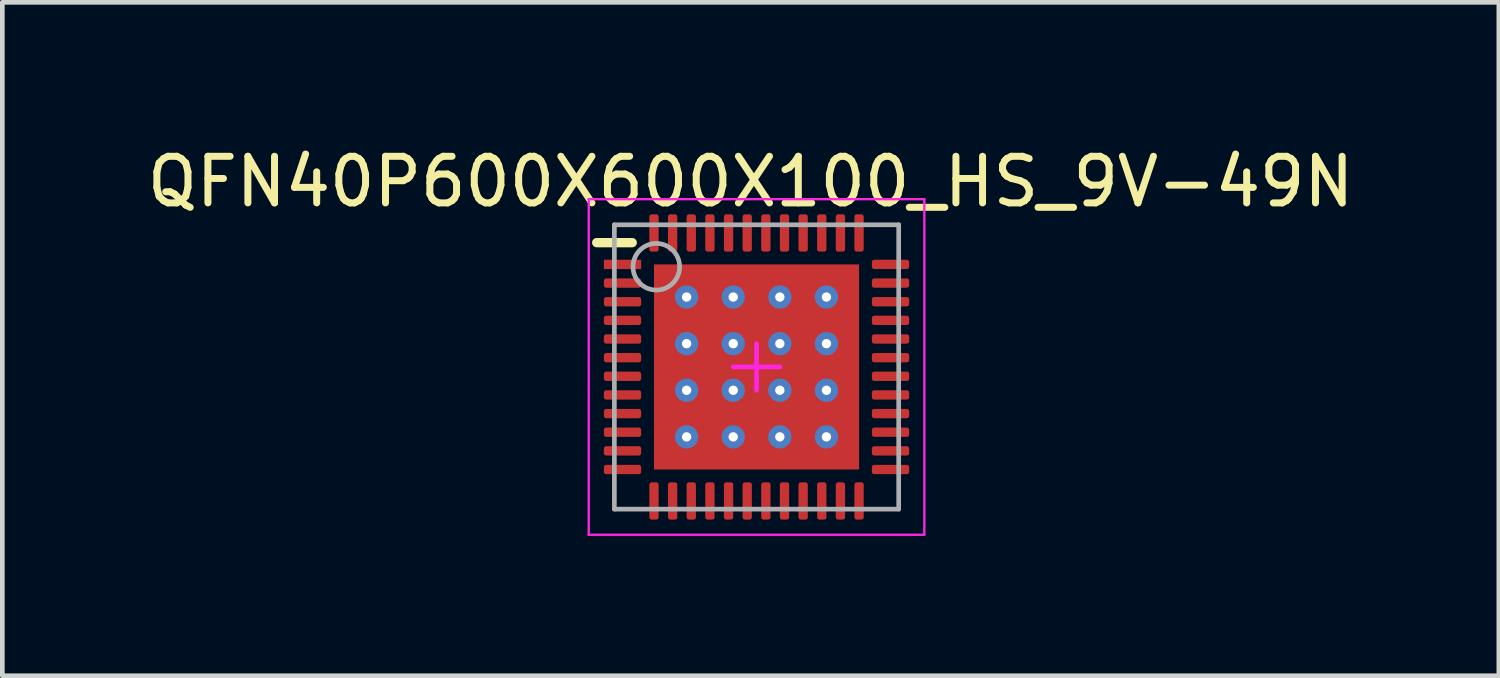
<source format=kicad_pcb>
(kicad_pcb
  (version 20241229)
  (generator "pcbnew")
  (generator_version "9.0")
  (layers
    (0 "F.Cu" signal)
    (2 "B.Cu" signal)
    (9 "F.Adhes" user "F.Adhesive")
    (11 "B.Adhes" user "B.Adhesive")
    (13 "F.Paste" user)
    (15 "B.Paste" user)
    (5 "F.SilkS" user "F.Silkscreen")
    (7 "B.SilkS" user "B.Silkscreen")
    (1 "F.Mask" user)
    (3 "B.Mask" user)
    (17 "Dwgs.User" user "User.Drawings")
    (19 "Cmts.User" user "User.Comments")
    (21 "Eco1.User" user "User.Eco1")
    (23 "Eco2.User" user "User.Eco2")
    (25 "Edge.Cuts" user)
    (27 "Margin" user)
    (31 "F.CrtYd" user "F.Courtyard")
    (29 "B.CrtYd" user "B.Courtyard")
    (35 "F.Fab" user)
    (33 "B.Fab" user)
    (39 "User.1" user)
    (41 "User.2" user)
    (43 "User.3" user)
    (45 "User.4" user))
  (footprint "QFN40P600X600X100_HS_9V-49N"
    (layer "F.Cu")
    (at 13.181 4.823)
    (property "Reference" "QFN40P600X600X100_HS_9V-49N" (at -0.127 -3.975 0) (layer "F.SilkS") (effects (font (size 1 1) (thickness 0.15))))
    (fp_poly (pts (xy -2.28 -2.275) (xy -1.58 -2.275) (xy -1.58 -1.82) (xy -1.82 -1.58) (xy -2.28 -1.58)) (stroke (width 0) (type default)) (fill yes) (layer "F.Mask"))
    (fp_poly (pts (xy -2.28 2.275) (xy -1.58 2.275) (xy -1.58 1.82) (xy -1.82 1.58) (xy -2.28 1.58)) (stroke (width 0) (type default)) (fill yes) (layer "F.Mask"))
    (fp_poly (pts (xy 2.28 -2.275) (xy 1.58 -2.275) (xy 1.58 -1.82) (xy 1.82 -1.58) (xy 2.28 -1.58)) (stroke (width 0) (type default)) (fill yes) (layer "F.Mask"))
    (fp_poly (pts (xy 2.28 2.275) (xy 1.58 2.275) (xy 1.58 1.82) (xy 1.82 1.58) (xy 2.28 1.58)) (stroke (width 0) (type default)) (fill yes) (layer "F.Mask"))
    (fp_poly (pts (xy -1.82 -1.42) (xy -2.275 -1.42) (xy -2.275 -0.58) (xy -1.82 -0.58) (xy -1.58 -0.82) (xy -1.58 -1.18)) (stroke (width 0) (type default)) (fill yes) (layer "F.Mask"))
    (fp_poly (pts (xy -1.82 -0.42) (xy -2.275 -0.42) (xy -2.275 0.42) (xy -1.82 0.42) (xy -1.58 0.18) (xy -1.58 -0.18)) (stroke (width 0) (type default)) (fill yes) (layer "F.Mask"))
    (fp_poly (pts (xy -1.82 1.42) (xy -2.275 1.42) (xy -2.275 0.58) (xy -1.82 0.58) (xy -1.58 0.82) (xy -1.58 1.18)) (stroke (width 0) (type default)) (fill yes) (layer "F.Mask"))
    (fp_poly (pts (xy -1.42 -1.82) (xy -1.42 -2.275) (xy -0.58 -2.275) (xy -0.58 -1.82) (xy -0.82 -1.58) (xy -1.18 -1.58)) (stroke (width 0) (type default)) (fill yes) (layer "F.Mask"))
    (fp_poly (pts (xy -1.42 -0.82) (xy -1.42 -1.05) (xy -0.58 -1.05) (xy -0.58 -0.82) (xy -0.82 -0.58) (xy -1.18 -0.58)) (stroke (width 0) (type default)) (fill yes) (layer "F.Mask"))
    (fp_poly (pts (xy -1.42 0.18) (xy -1.42 -0.05) (xy -0.58 -0.05) (xy -0.58 0.18) (xy -0.82 0.42) (xy -1.18 0.42)) (stroke (width 0) (type default)) (fill yes) (layer "F.Mask"))
    (fp_poly (pts (xy -1.42 1.18) (xy -1.42 0.95) (xy -0.58 0.95) (xy -0.58 1.18) (xy -0.82 1.42) (xy -1.18 1.42)) (stroke (width 0) (type default)) (fill yes) (layer "F.Mask"))
    (fp_poly (pts (xy -1.42 1.82) (xy -1.42 2.275) (xy -0.58 2.275) (xy -0.58 1.82) (xy -0.82 1.58) (xy -1.18 1.58)) (stroke (width 0) (type default)) (fill yes) (layer "F.Mask"))
    (fp_poly (pts (xy -0.58 -1.18) (xy -0.58 -0.95) (xy -1.42 -0.95) (xy -1.42 -1.18) (xy -1.18 -1.42) (xy -0.82 -1.42)) (stroke (width 0) (type default)) (fill yes) (layer "F.Mask"))
    (fp_poly (pts (xy -0.58 -0.18) (xy -0.58 0.05) (xy -1.42 0.05) (xy -1.42 -0.18) (xy -1.18 -0.42) (xy -0.82 -0.42)) (stroke (width 0) (type default)) (fill yes) (layer "F.Mask"))
    (fp_poly (pts (xy -0.58 0.82) (xy -0.58 1.05) (xy -1.42 1.05) (xy -1.42 0.82) (xy -1.18 0.58) (xy -0.82 0.58)) (stroke (width 0) (type default)) (fill yes) (layer "F.Mask"))
    (fp_poly (pts (xy -0.42 -0.82) (xy -0.42 -1.05) (xy 0.42 -1.05) (xy 0.42 -0.82) (xy 0.18 -0.58) (xy -0.18 -0.58)) (stroke (width 0) (type default)) (fill yes) (layer "F.Mask"))
    (fp_poly (pts (xy -0.42 0.18) (xy -0.42 -0.05) (xy 0.42 -0.05) (xy 0.42 0.18) (xy 0.18 0.42) (xy -0.18 0.42)) (stroke (width 0) (type default)) (fill yes) (layer "F.Mask"))
    (fp_poly (pts (xy -0.42 1.18) (xy -0.42 0.95) (xy 0.42 0.95) (xy 0.42 1.18) (xy 0.18 1.42) (xy -0.18 1.42)) (stroke (width 0) (type default)) (fill yes) (layer "F.Mask"))
    (fp_poly (pts (xy -0.42 1.82) (xy -0.42 2.275) (xy 0.42 2.275) (xy 0.42 1.82) (xy 0.18 1.58) (xy -0.18 1.58)) (stroke (width 0) (type default)) (fill yes) (layer "F.Mask"))
    (fp_poly (pts (xy 0.42 -1.82) (xy 0.42 -2.275) (xy -0.42 -2.275) (xy -0.42 -1.82) (xy -0.18 -1.58) (xy 0.18 -1.58)) (stroke (width 0) (type default)) (fill yes) (layer "F.Mask"))
    (fp_poly (pts (xy 0.42 -1.18) (xy 0.42 -0.95) (xy -0.42 -0.95) (xy -0.42 -1.18) (xy -0.18 -1.42) (xy 0.18 -1.42)) (stroke (width 0) (type default)) (fill yes) (layer "F.Mask"))
    (fp_poly (pts (xy 0.42 -0.18) (xy 0.42 0.05) (xy -0.42 0.05) (xy -0.42 -0.18) (xy -0.18 -0.42) (xy 0.18 -0.42)) (stroke (width 0) (type default)) (fill yes) (layer "F.Mask"))
    (fp_poly (pts (xy 0.42 0.82) (xy 0.42 1.05) (xy -0.42 1.05) (xy -0.42 0.82) (xy -0.18 0.58) (xy 0.18 0.58)) (stroke (width 0) (type default)) (fill yes) (layer "F.Mask"))
    (fp_poly (pts (xy 0.58 -0.82) (xy 0.58 -1.05) (xy 1.42 -1.05) (xy 1.42 -0.82) (xy 1.18 -0.58) (xy 0.82 -0.58)) (stroke (width 0) (type default)) (fill yes) (layer "F.Mask"))
    (fp_poly (pts (xy 0.58 0.18) (xy 0.58 -0.05) (xy 1.42 -0.05) (xy 1.42 0.18) (xy 1.18 0.42) (xy 0.82 0.42)) (stroke (width 0) (type default)) (fill yes) (layer "F.Mask"))
    (fp_poly (pts (xy 0.58 1.18) (xy 0.58 0.95) (xy 1.42 0.95) (xy 1.42 1.18) (xy 1.18 1.42) (xy 0.82 1.42)) (stroke (width 0) (type default)) (fill yes) (layer "F.Mask"))
    (fp_poly (pts (xy 1.42 -1.82) (xy 1.42 -2.275) (xy 0.58 -2.275) (xy 0.58 -1.82) (xy 0.82 -1.58) (xy 1.18 -1.58)) (stroke (width 0) (type default)) (fill yes) (layer "F.Mask"))
    (fp_poly (pts (xy 1.42 -1.18) (xy 1.42 -0.95) (xy 0.58 -0.95) (xy 0.58 -1.18) (xy 0.82 -1.42) (xy 1.18 -1.42)) (stroke (width 0) (type default)) (fill yes) (layer "F.Mask"))
    (fp_poly (pts (xy 1.42 -0.18) (xy 1.42 0.05) (xy 0.58 0.05) (xy 0.58 -0.18) (xy 0.82 -0.42) (xy 1.18 -0.42)) (stroke (width 0) (type default)) (fill yes) (layer "F.Mask"))
    (fp_poly (pts (xy 1.42 0.82) (xy 1.42 1.05) (xy 0.58 1.05) (xy 0.58 0.82) (xy 0.82 0.58) (xy 1.18 0.58)) (stroke (width 0) (type default)) (fill yes) (layer "F.Mask"))
    (fp_poly (pts (xy 1.42 1.82) (xy 1.42 2.275) (xy 0.58 2.275) (xy 0.58 1.82) (xy 0.82 1.58) (xy 1.18 1.58)) (stroke (width 0) (type default)) (fill yes) (layer "F.Mask"))
    (fp_poly (pts (xy 1.82 -1.42) (xy 2.275 -1.42) (xy 2.275 -0.58) (xy 1.82 -0.58) (xy 1.58 -0.82) (xy 1.58 -1.18)) (stroke (width 0) (type default)) (fill yes) (layer "F.Mask"))
    (fp_poly (pts (xy 1.82 0.42) (xy 2.275 0.42) (xy 2.275 -0.42) (xy 1.82 -0.42) (xy 1.58 -0.18) (xy 1.58 0.18)) (stroke (width 0) (type default)) (fill yes) (layer "F.Mask"))
    (fp_poly (pts (xy 1.82 1.42) (xy 2.275 1.42) (xy 2.275 0.58) (xy 1.82 0.58) (xy 1.58 0.82) (xy 1.58 1.18)) (stroke (width 0) (type default)) (fill yes) (layer "F.Mask"))
    (fp_line (start -3.429 -2.667) (end -2.667 -2.667) (stroke (width 0.2) (type solid)) (layer "F.SilkS"))
    (fp_poly (pts (xy -2.2 -1.8) (xy -2.2 -2.2) (xy -1.58 -2.2) (xy -1.58 -1.82) (xy -1.82 -1.58) (xy -2.2 -1.58)) (stroke (width 0) (type default)) (fill yes) (layer "F.Paste"))
    (fp_poly (pts (xy -2.2 1.8) (xy -2.2 2.2) (xy -1.58 2.2) (xy -1.58 1.82) (xy -1.82 1.58) (xy -2.2 1.58)) (stroke (width 0) (type default)) (fill yes) (layer "F.Paste"))
    (fp_poly (pts (xy -1.82 -1.42) (xy -2.2 -1.42) (xy -2.2 -0.58) (xy -1.82 -0.58) (xy -1.58 -0.82) (xy -1.58 -1.18)) (stroke (width 0) (type default)) (fill yes) (layer "F.Paste"))
    (fp_poly (pts (xy -1.82 -0.42) (xy -2.2 -0.42) (xy -2.2 0.42) (xy -1.82 0.42) (xy -1.58 0.18) (xy -1.58 -0.18)) (stroke (width 0) (type default)) (fill yes) (layer "F.Paste"))
    (fp_poly (pts (xy -1.82 1.42) (xy -2.2 1.42) (xy -2.2 0.58) (xy -1.82 0.58) (xy -1.58 0.82) (xy -1.58 1.18)) (stroke (width 0) (type default)) (fill yes) (layer "F.Paste"))
    (fp_poly (pts (xy -1.42 -1.82) (xy -1.42 -2.2) (xy -0.58 -2.2) (xy -0.58 -1.82) (xy -0.82 -1.58) (xy -1.18 -1.58)) (stroke (width 0) (type default)) (fill yes) (layer "F.Paste"))
    (fp_poly (pts (xy -1.42 -0.82) (xy -1.42 -1.05) (xy -0.58 -1.05) (xy -0.58 -0.82) (xy -0.82 -0.58) (xy -1.18 -0.58)) (stroke (width 0) (type default)) (fill yes) (layer "F.Paste"))
    (fp_poly (pts (xy -1.42 0.18) (xy -1.42 -0.05) (xy -0.58 -0.05) (xy -0.58 0.18) (xy -0.82 0.42) (xy -1.18 0.42)) (stroke (width 0) (type default)) (fill yes) (layer "F.Paste"))
    (fp_poly (pts (xy -1.42 1.18) (xy -1.42 0.95) (xy -0.58 0.95) (xy -0.58 1.18) (xy -0.82 1.42) (xy -1.18 1.42)) (stroke (width 0) (type default)) (fill yes) (layer "F.Paste"))
    (fp_poly (pts (xy -1.42 1.82) (xy -1.42 2.2) (xy -0.58 2.2) (xy -0.58 1.82) (xy -0.82 1.58) (xy -1.18 1.58)) (stroke (width 0) (type default)) (fill yes) (layer "F.Paste"))
    (fp_poly (pts (xy -0.58 -1.18) (xy -0.58 -0.95) (xy -1.42 -0.95) (xy -1.42 -1.18) (xy -1.18 -1.42) (xy -0.82 -1.42)) (stroke (width 0) (type default)) (fill yes) (layer "F.Paste"))
    (fp_poly (pts (xy -0.58 -0.18) (xy -0.58 0.05) (xy -1.42 0.05) (xy -1.42 -0.18) (xy -1.18 -0.42) (xy -0.82 -0.42)) (stroke (width 0) (type default)) (fill yes) (layer "F.Paste"))
    (fp_poly (pts (xy -0.58 0.82) (xy -0.58 1.05) (xy -1.42 1.05) (xy -1.42 0.82) (xy -1.18 0.58) (xy -0.82 0.58)) (stroke (width 0) (type default)) (fill yes) (layer "F.Paste"))
    (fp_poly (pts (xy -0.42 -0.82) (xy -0.42 -1.05) (xy 0.42 -1.05) (xy 0.42 -0.82) (xy 0.18 -0.58) (xy -0.18 -0.58)) (stroke (width 0) (type default)) (fill yes) (layer "F.Paste"))
    (fp_poly (pts (xy -0.42 0.18) (xy -0.42 -0.05) (xy 0.42 -0.05) (xy 0.42 0.18) (xy 0.18 0.42) (xy -0.18 0.42)) (stroke (width 0) (type default)) (fill yes) (layer "F.Paste"))
    (fp_poly (pts (xy -0.42 1.18) (xy -0.42 0.95) (xy 0.42 0.95) (xy 0.42 1.18) (xy 0.18 1.42) (xy -0.18 1.42)) (stroke (width 0) (type default)) (fill yes) (layer "F.Paste"))
    (fp_poly (pts (xy -0.42 1.82) (xy -0.42 2.2) (xy 0.42 2.2) (xy 0.42 1.82) (xy 0.18 1.58) (xy -0.18 1.58)) (stroke (width 0) (type default)) (fill yes) (layer "F.Paste"))
    (fp_poly (pts (xy 0.42 -1.82) (xy 0.42 -2.2) (xy -0.42 -2.2) (xy -0.42 -1.82) (xy -0.18 -1.58) (xy 0.18 -1.58)) (stroke (width 0) (type default)) (fill yes) (layer "F.Paste"))
    (fp_poly (pts (xy 0.42 -1.18) (xy 0.42 -0.95) (xy -0.42 -0.95) (xy -0.42 -1.18) (xy -0.18 -1.42) (xy 0.18 -1.42)) (stroke (width 0) (type default)) (fill yes) (layer "F.Paste"))
    (fp_poly (pts (xy 0.42 -0.18) (xy 0.42 0.05) (xy -0.42 0.05) (xy -0.42 -0.18) (xy -0.18 -0.42) (xy 0.18 -0.42)) (stroke (width 0) (type default)) (fill yes) (layer "F.Paste"))
    (fp_poly (pts (xy 0.42 0.82) (xy 0.42 1.05) (xy -0.42 1.05) (xy -0.42 0.82) (xy -0.18 0.58) (xy 0.18 0.58)) (stroke (width 0) (type default)) (fill yes) (layer "F.Paste"))
    (fp_poly (pts (xy 0.58 -0.82) (xy 0.58 -1.05) (xy 1.42 -1.05) (xy 1.42 -0.82) (xy 1.18 -0.58) (xy 0.82 -0.58)) (stroke (width 0) (type default)) (fill yes) (layer "F.Paste"))
    (fp_poly (pts (xy 0.58 0.18) (xy 0.58 -0.05) (xy 1.42 -0.05) (xy 1.42 0.18) (xy 1.18 0.42) (xy 0.82 0.42)) (stroke (width 0) (type default)) (fill yes) (layer "F.Paste"))
    (fp_poly (pts (xy 0.58 1.18) (xy 0.58 0.95) (xy 1.42 0.95) (xy 1.42 1.18) (xy 1.18 1.42) (xy 0.82 1.42)) (stroke (width 0) (type default)) (fill yes) (layer "F.Paste"))
    (fp_poly (pts (xy 1.42 -1.82) (xy 1.42 -2.2) (xy 0.58 -2.2) (xy 0.58 -1.82) (xy 0.82 -1.58) (xy 1.18 -1.58)) (stroke (width 0) (type default)) (fill yes) (layer "F.Paste"))
    (fp_poly (pts (xy 1.42 -1.18) (xy 1.42 -0.95) (xy 0.58 -0.95) (xy 0.58 -1.18) (xy 0.82 -1.42) (xy 1.18 -1.42)) (stroke (width 0) (type default)) (fill yes) (layer "F.Paste"))
    (fp_poly (pts (xy 1.42 -0.18) (xy 1.42 0.05) (xy 0.58 0.05) (xy 0.58 -0.18) (xy 0.82 -0.42) (xy 1.18 -0.42)) (stroke (width 0) (type default)) (fill yes) (layer "F.Paste"))
    (fp_poly (pts (xy 1.42 0.82) (xy 1.42 1.05) (xy 0.58 1.05) (xy 0.58 0.82) (xy 0.82 0.58) (xy 1.18 0.58)) (stroke (width 0) (type default)) (fill yes) (layer "F.Paste"))
    (fp_poly (pts (xy 1.42 1.82) (xy 1.42 2.2) (xy 0.58 2.2) (xy 0.58 1.82) (xy 0.82 1.58) (xy 1.18 1.58)) (stroke (width 0) (type default)) (fill yes) (layer "F.Paste"))
    (fp_poly (pts (xy 1.82 -1.42) (xy 2.2 -1.42) (xy 2.2 -0.58) (xy 1.82 -0.58) (xy 1.58 -0.82) (xy 1.58 -1.18)) (stroke (width 0) (type default)) (fill yes) (layer "F.Paste"))
    (fp_poly (pts (xy 1.82 0.42) (xy 2.2 0.42) (xy 2.2 -0.42) (xy 1.82 -0.42) (xy 1.58 -0.18) (xy 1.58 0.18)) (stroke (width 0) (type default)) (fill yes) (layer "F.Paste"))
    (fp_poly (pts (xy 1.82 1.42) (xy 2.2 1.42) (xy 2.2 0.58) (xy 1.82 0.58) (xy 1.58 0.82) (xy 1.58 1.18)) (stroke (width 0) (type default)) (fill yes) (layer "F.Paste"))
    (fp_poly (pts (xy 2.2 -1.8) (xy 2.2 -2.2) (xy 1.58 -2.2) (xy 1.58 -1.82) (xy 1.82 -1.58) (xy 2.2 -1.58)) (stroke (width 0) (type default)) (fill yes) (layer "F.Paste"))
    (fp_poly (pts (xy 2.2 1.8) (xy 2.2 2.2) (xy 1.58 2.2) (xy 1.58 1.82) (xy 1.82 1.58) (xy 2.2 1.58)) (stroke (width 0) (type default)) (fill yes) (layer "F.Paste"))
    (fp_line (start -3.6 -3.6) (end 3.6 -3.6) (stroke (width 0.05) (type solid)) (layer "F.CrtYd"))
    (fp_line (start -3.6 3.6) (end -3.6 -3.6) (stroke (width 0.05) (type solid)) (layer "F.CrtYd"))
    (fp_line (start -3.6 3.6) (end 3.6 3.6) (stroke (width 0.05) (type solid)) (layer "F.CrtYd"))
    (fp_line (start -0.5 0) (end 0.5 0) (stroke (width 0.1) (type solid)) (layer "F.CrtYd"))
    (fp_line (start 0 0.5) (end 0 -0.5) (stroke (width 0.1) (type solid)) (layer "F.CrtYd"))
    (fp_line (start 3.6 3.6) (end 3.6 -3.6) (stroke (width 0.05) (type solid)) (layer "F.CrtYd"))
    (fp_line (start -3.05 -3.05) (end 3.05 -3.05) (stroke (width 0.1) (type solid)) (layer "F.Fab"))
    (fp_line (start -3.05 3.05) (end -3.05 -3.05) (stroke (width 0.1) (type solid)) (layer "F.Fab"))
    (fp_line (start -3.05 3.05) (end 3.05 3.05) (stroke (width 0.1) (type solid)) (layer "F.Fab"))
    (fp_line (start 3.05 3.05) (end 3.05 -3.05) (stroke (width 0.1) (type solid)) (layer "F.Fab"))
    (fp_circle (center -2.15 -2.15) (end -2.15 -2.65) (stroke (width 0.1) (type solid)) (fill no) (layer "F.Fab"))
    (pad "1" smd rect (at -2.875 -2.2 90) (size 0.2 0.8) (layers "F.Cu" "F.Mask" "F.Paste"))
    (pad "2" smd roundrect (at -2.875 -1.8 90) (size 0.2 0.8) (layers "F.Cu" "F.Mask" "F.Paste") (roundrect_rratio 0.25))
    (pad "3" smd roundrect (at -2.875 -1.4 90) (size 0.2 0.8) (layers "F.Cu" "F.Mask" "F.Paste") (roundrect_rratio 0.25))
    (pad "4" smd roundrect (at -2.875 -1 90) (size 0.2 0.8) (layers "F.Cu" "F.Mask" "F.Paste") (roundrect_rratio 0.25))
    (pad "5" smd roundrect (at -2.875 -0.6 90) (size 0.2 0.8) (layers "F.Cu" "F.Mask" "F.Paste") (roundrect_rratio 0.25))
    (pad "6" smd roundrect (at -2.875 -0.2 90) (size 0.2 0.8) (layers "F.Cu" "F.Mask" "F.Paste") (roundrect_rratio 0.25))
    (pad "7" smd roundrect (at -2.875 0.2 90) (size 0.2 0.8) (layers "F.Cu" "F.Mask" "F.Paste") (roundrect_rratio 0.25))
    (pad "8" smd roundrect (at -2.875 0.6 90) (size 0.2 0.8) (layers "F.Cu" "F.Mask" "F.Paste") (roundrect_rratio 0.25))
    (pad "9" smd roundrect (at -2.875 1 90) (size 0.2 0.8) (layers "F.Cu" "F.Mask" "F.Paste") (roundrect_rratio 0.25))
    (pad "10" smd roundrect (at -2.875 1.4 90) (size 0.2 0.8) (layers "F.Cu" "F.Mask" "F.Paste") (roundrect_rratio 0.25))
    (pad "11" smd roundrect (at -2.875 1.8 90) (size 0.2 0.8) (layers "F.Cu" "F.Mask" "F.Paste") (roundrect_rratio 0.25))
    (pad "12" smd roundrect (at -2.875 2.2 90) (size 0.2 0.8) (layers "F.Cu" "F.Mask" "F.Paste") (roundrect_rratio 0.25))
    (pad "13" smd roundrect (at -2.2 2.875) (size 0.2 0.8) (layers "F.Cu" "F.Mask" "F.Paste") (roundrect_rratio 0.25))
    (pad "14" smd roundrect (at -1.8 2.875) (size 0.2 0.8) (layers "F.Cu" "F.Mask" "F.Paste") (roundrect_rratio 0.25))
    (pad "15" smd roundrect (at -1.4 2.875) (size 0.2 0.8) (layers "F.Cu" "F.Mask" "F.Paste") (roundrect_rratio 0.25))
    (pad "16" smd roundrect (at -1 2.875) (size 0.2 0.8) (layers "F.Cu" "F.Mask" "F.Paste") (roundrect_rratio 0.25))
    (pad "17" smd roundrect (at -0.6 2.875) (size 0.2 0.8) (layers "F.Cu" "F.Mask" "F.Paste") (roundrect_rratio 0.25))
    (pad "18" smd roundrect (at -0.2 2.875) (size 0.2 0.8) (layers "F.Cu" "F.Mask" "F.Paste") (roundrect_rratio 0.25))
    (pad "19" smd roundrect (at 0.2 2.875) (size 0.2 0.8) (layers "F.Cu" "F.Mask" "F.Paste") (roundrect_rratio 0.25))
    (pad "20" smd roundrect (at 0.6 2.875) (size 0.2 0.8) (layers "F.Cu" "F.Mask" "F.Paste") (roundrect_rratio 0.25))
    (pad "21" smd roundrect (at 1 2.875) (size 0.2 0.8) (layers "F.Cu" "F.Mask" "F.Paste") (roundrect_rratio 0.25))
    (pad "22" smd roundrect (at 1.4 2.875) (size 0.2 0.8) (layers "F.Cu" "F.Mask" "F.Paste") (roundrect_rratio 0.25))
    (pad "23" smd roundrect (at 1.8 2.875) (size 0.2 0.8) (layers "F.Cu" "F.Mask" "F.Paste") (roundrect_rratio 0.25))
    (pad "24" smd roundrect (at 2.2 2.875) (size 0.2 0.8) (layers "F.Cu" "F.Mask" "F.Paste") (roundrect_rratio 0.25))
    (pad "25" smd roundrect (at 2.875 2.2 90) (size 0.2 0.8) (layers "F.Cu" "F.Mask" "F.Paste") (roundrect_rratio 0.25))
    (pad "26" smd roundrect (at 2.875 1.8 90) (size 0.2 0.8) (layers "F.Cu" "F.Mask" "F.Paste") (roundrect_rratio 0.25))
    (pad "27" smd roundrect (at 2.875 1.4 90) (size 0.2 0.8) (layers "F.Cu" "F.Mask" "F.Paste") (roundrect_rratio 0.25))
    (pad "28" smd roundrect (at 2.875 1 90) (size 0.2 0.8) (layers "F.Cu" "F.Mask" "F.Paste") (roundrect_rratio 0.25))
    (pad "29" smd roundrect (at 2.875 0.6 90) (size 0.2 0.8) (layers "F.Cu" "F.Mask" "F.Paste") (roundrect_rratio 0.25))
    (pad "30" smd roundrect (at 2.875 0.2 90) (size 0.2 0.8) (layers "F.Cu" "F.Mask" "F.Paste") (roundrect_rratio 0.25))
    (pad "31" smd roundrect (at 2.875 -0.2 90) (size 0.2 0.8) (layers "F.Cu" "F.Mask" "F.Paste") (roundrect_rratio 0.25))
    (pad "32" smd roundrect (at 2.875 -0.6 90) (size 0.2 0.8) (layers "F.Cu" "F.Mask" "F.Paste") (roundrect_rratio 0.25))
    (pad "33" smd roundrect (at 2.875 -1 90) (size 0.2 0.8) (layers "F.Cu" "F.Mask" "F.Paste") (roundrect_rratio 0.25))
    (pad "34" smd roundrect (at 2.875 -1.4 90) (size 0.2 0.8) (layers "F.Cu" "F.Mask" "F.Paste") (roundrect_rratio 0.25))
    (pad "35" smd roundrect (at 2.875 -1.8 90) (size 0.2 0.8) (layers "F.Cu" "F.Mask" "F.Paste") (roundrect_rratio 0.25))
    (pad "36" smd roundrect (at 2.875 -2.2 90) (size 0.2 0.8) (layers "F.Cu" "F.Mask" "F.Paste") (roundrect_rratio 0.25))
    (pad "37" smd roundrect (at 2.2 -2.875) (size 0.2 0.8) (layers "F.Cu" "F.Mask" "F.Paste") (roundrect_rratio 0.25))
    (pad "38" smd roundrect (at 1.8 -2.875) (size 0.2 0.8) (layers "F.Cu" "F.Mask" "F.Paste") (roundrect_rratio 0.25))
    (pad "39" smd roundrect (at 1.4 -2.875) (size 0.2 0.8) (layers "F.Cu" "F.Mask" "F.Paste") (roundrect_rratio 0.25))
    (pad "40" smd roundrect (at 1 -2.875) (size 0.2 0.8) (layers "F.Cu" "F.Mask" "F.Paste") (roundrect_rratio 0.25))
    (pad "41" smd roundrect (at 0.6 -2.875) (size 0.2 0.8) (layers "F.Cu" "F.Mask" "F.Paste") (roundrect_rratio 0.25))
    (pad "42" smd roundrect (at 0.2 -2.875) (size 0.2 0.8) (layers "F.Cu" "F.Mask" "F.Paste") (roundrect_rratio 0.25))
    (pad "43" smd roundrect (at -0.2 -2.875) (size 0.2 0.8) (layers "F.Cu" "F.Mask" "F.Paste") (roundrect_rratio 0.25))
    (pad "44" smd roundrect (at -0.6 -2.875) (size 0.2 0.8) (layers "F.Cu" "F.Mask" "F.Paste") (roundrect_rratio 0.25))
    (pad "45" smd roundrect (at -1 -2.875) (size 0.2 0.8) (layers "F.Cu" "F.Mask" "F.Paste") (roundrect_rratio 0.25))
    (pad "46" smd roundrect (at -1.4 -2.875) (size 0.2 0.8) (layers "F.Cu" "F.Mask" "F.Paste") (roundrect_rratio 0.25))
    (pad "47" smd roundrect (at -1.8 -2.875) (size 0.2 0.8) (layers "F.Cu" "F.Mask" "F.Paste") (roundrect_rratio 0.25))
    (pad "48" smd roundrect (at -2.2 -2.875) (size 0.2 0.8) (layers "F.Cu" "F.Mask" "F.Paste") (roundrect_rratio 0.25))
    (pad "49" thru_hole circle (at -1.5 -1.5) (size 0.5 0.5) (drill 0.2) (layers "*.Cu" "B.Mask"))
    (pad "49" thru_hole circle (at -1.5 -0.5) (size 0.5 0.5) (drill 0.2) (layers "*.Cu" "B.Mask"))
    (pad "49" thru_hole circle (at -1.5 0.5) (size 0.5 0.5) (drill 0.2) (layers "*.Cu" "B.Mask"))
    (pad "49" thru_hole circle (at -1.5 1.5) (size 0.5 0.5) (drill 0.2) (layers "*.Cu" "B.Mask"))
    (pad "49" thru_hole circle (at -0.5 -1.5) (size 0.5 0.5) (drill 0.2) (layers "*.Cu" "B.Mask"))
    (pad "49" thru_hole circle (at -0.5 -0.5) (size 0.5 0.5) (drill 0.2) (layers "*.Cu" "B.Mask"))
    (pad "49" thru_hole circle (at -0.5 0.5) (size 0.5 0.5) (drill 0.2) (layers "*.Cu" "B.Mask"))
    (pad "49" thru_hole circle (at -0.5 1.5) (size 0.5 0.5) (drill 0.2) (layers "*.Cu" "B.Mask"))
    (pad "49" smd rect (at 0 0) (size 4.4 4.4) (layers "F.Cu" "F.Paste"))
    (pad "49" thru_hole circle (at 0.5 -1.5) (size 0.5 0.5) (drill 0.2) (layers "*.Cu" "B.Mask"))
    (pad "49" thru_hole circle (at 0.5 -0.5) (size 0.5 0.5) (drill 0.2) (layers "*.Cu" "B.Mask"))
    (pad "49" thru_hole circle (at 0.5 0.5) (size 0.5 0.5) (drill 0.2) (layers "*.Cu" "B.Mask"))
    (pad "49" thru_hole circle (at 0.5 1.5) (size 0.5 0.5) (drill 0.2) (layers "*.Cu" "B.Mask"))
    (pad "49" thru_hole circle (at 1.5 -1.5) (size 0.5 0.5) (drill 0.2) (layers "*.Cu" "B.Mask"))
    (pad "49" thru_hole circle (at 1.5 -0.5) (size 0.5 0.5) (drill 0.2) (layers "*.Cu" "B.Mask"))
    (pad "49" thru_hole circle (at 1.5 0.5) (size 0.5 0.5) (drill 0.2) (layers "*.Cu" "B.Mask"))
    (pad "49" thru_hole circle (at 1.5 1.5) (size 0.5 0.5) (drill 0.2) (layers "*.Cu" "B.Mask")))
  (gr_rect
    (start -3 -3)
    (end 29.107 11.448)
    (stroke (width 0.1) (type default))
    (fill no)
    (layer "Edge.Cuts")))
</source>
